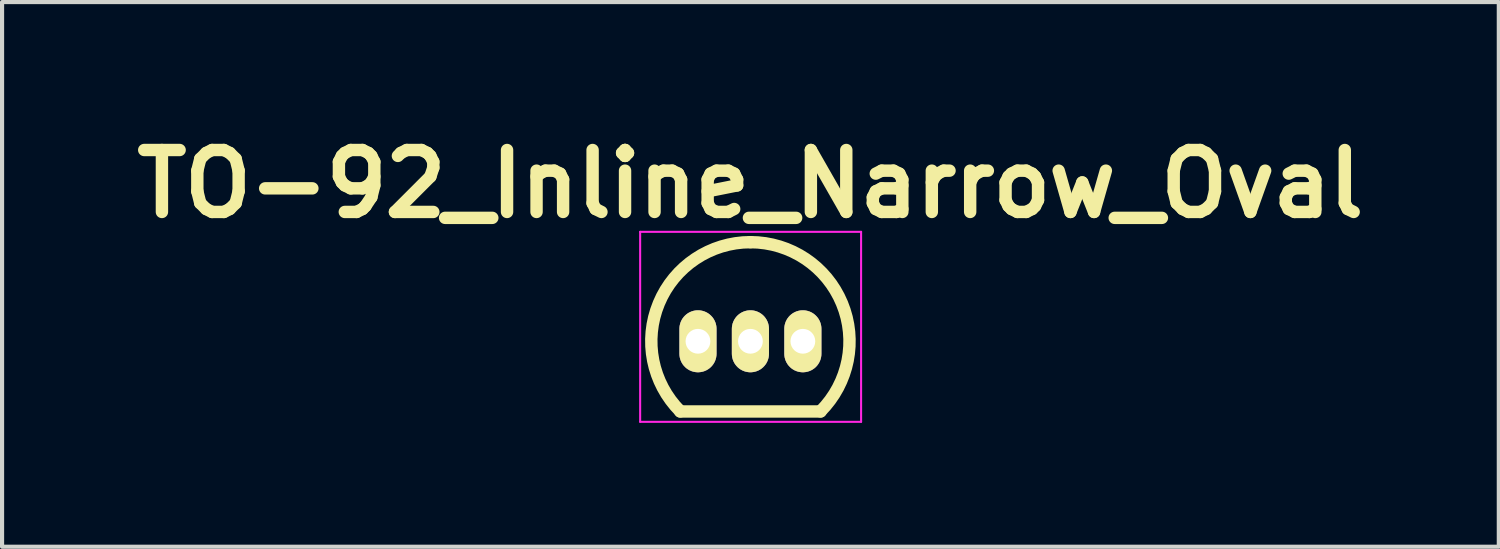
<source format=kicad_pcb>
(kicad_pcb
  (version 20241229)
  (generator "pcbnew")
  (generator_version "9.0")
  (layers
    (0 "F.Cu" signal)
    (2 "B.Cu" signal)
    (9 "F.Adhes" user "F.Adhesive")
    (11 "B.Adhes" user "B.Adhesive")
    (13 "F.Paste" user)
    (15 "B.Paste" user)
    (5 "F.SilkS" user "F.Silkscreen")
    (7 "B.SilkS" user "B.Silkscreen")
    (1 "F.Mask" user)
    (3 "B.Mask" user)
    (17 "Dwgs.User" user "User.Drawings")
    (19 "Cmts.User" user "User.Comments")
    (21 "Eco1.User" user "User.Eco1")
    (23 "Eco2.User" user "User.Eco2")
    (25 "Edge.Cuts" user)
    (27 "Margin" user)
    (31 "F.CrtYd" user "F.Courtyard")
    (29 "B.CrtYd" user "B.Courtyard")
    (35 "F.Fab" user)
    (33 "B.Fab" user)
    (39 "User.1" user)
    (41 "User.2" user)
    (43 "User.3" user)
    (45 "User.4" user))
  (footprint "TO-92_Inline_Narrow_Oval"
    (layer "F.Cu")
    (at 13.851 5.214)
    (property "Reference" "TO-92_Inline_Narrow_Oval" (at 1.27 -3.81 0) (layer "F.SilkS") (effects (font (size 1.5 1.5) (thickness 0.3))))
    (attr through_hole)
    (fp_line (start -0.43 1.7) (end 2.97 1.7) (stroke (width 0.3) (type solid)) (layer "F.SilkS"))
    (fp_arc (start -0.427056 1.697056) (mid -0.947311 -0.91844) (end 1.27 -2.4) (stroke (width 0.3) (type solid)) (layer "F.SilkS"))
    (fp_arc (start 1.27 -2.4) (mid 3.487311 -0.91844) (end 2.967056 1.697056) (stroke (width 0.3) (type solid)) (layer "F.SilkS"))
    (fp_line (start -1.4 -2.65) (end 3.95 -2.65) (stroke (width 0.05) (type solid)) (layer "F.CrtYd"))
    (fp_line (start -1.4 1.95) (end -1.4 -2.65) (stroke (width 0.05) (type solid)) (layer "F.CrtYd"))
    (fp_line (start -1.4 1.95) (end 3.95 1.95) (stroke (width 0.05) (type solid)) (layer "F.CrtYd"))
    (fp_line (start 3.95 1.95) (end 3.95 -2.65) (stroke (width 0.05) (type solid)) (layer "F.CrtYd"))
    (pad "1" thru_hole oval (at 2.54 0 180) (size 0.899 1.501) (drill 0.6) (layers "*.Cu" "*.Mask" "F.SilkS"))
    (pad "2" thru_hole oval (at 1.27 0 180) (size 0.899 1.501) (drill 0.6) (layers "*.Cu" "*.Mask" "F.SilkS"))
    (pad "3" thru_hole oval (at 0 0 180) (size 0.899 1.501) (drill 0.6) (layers "*.Cu" "*.Mask" "F.SilkS")))
  (gr_rect
    (start -3 -3)
    (end 33.243 10.189)
    (stroke (width 0.1) (type default))
    (fill no)
    (layer "Edge.Cuts")))
</source>
